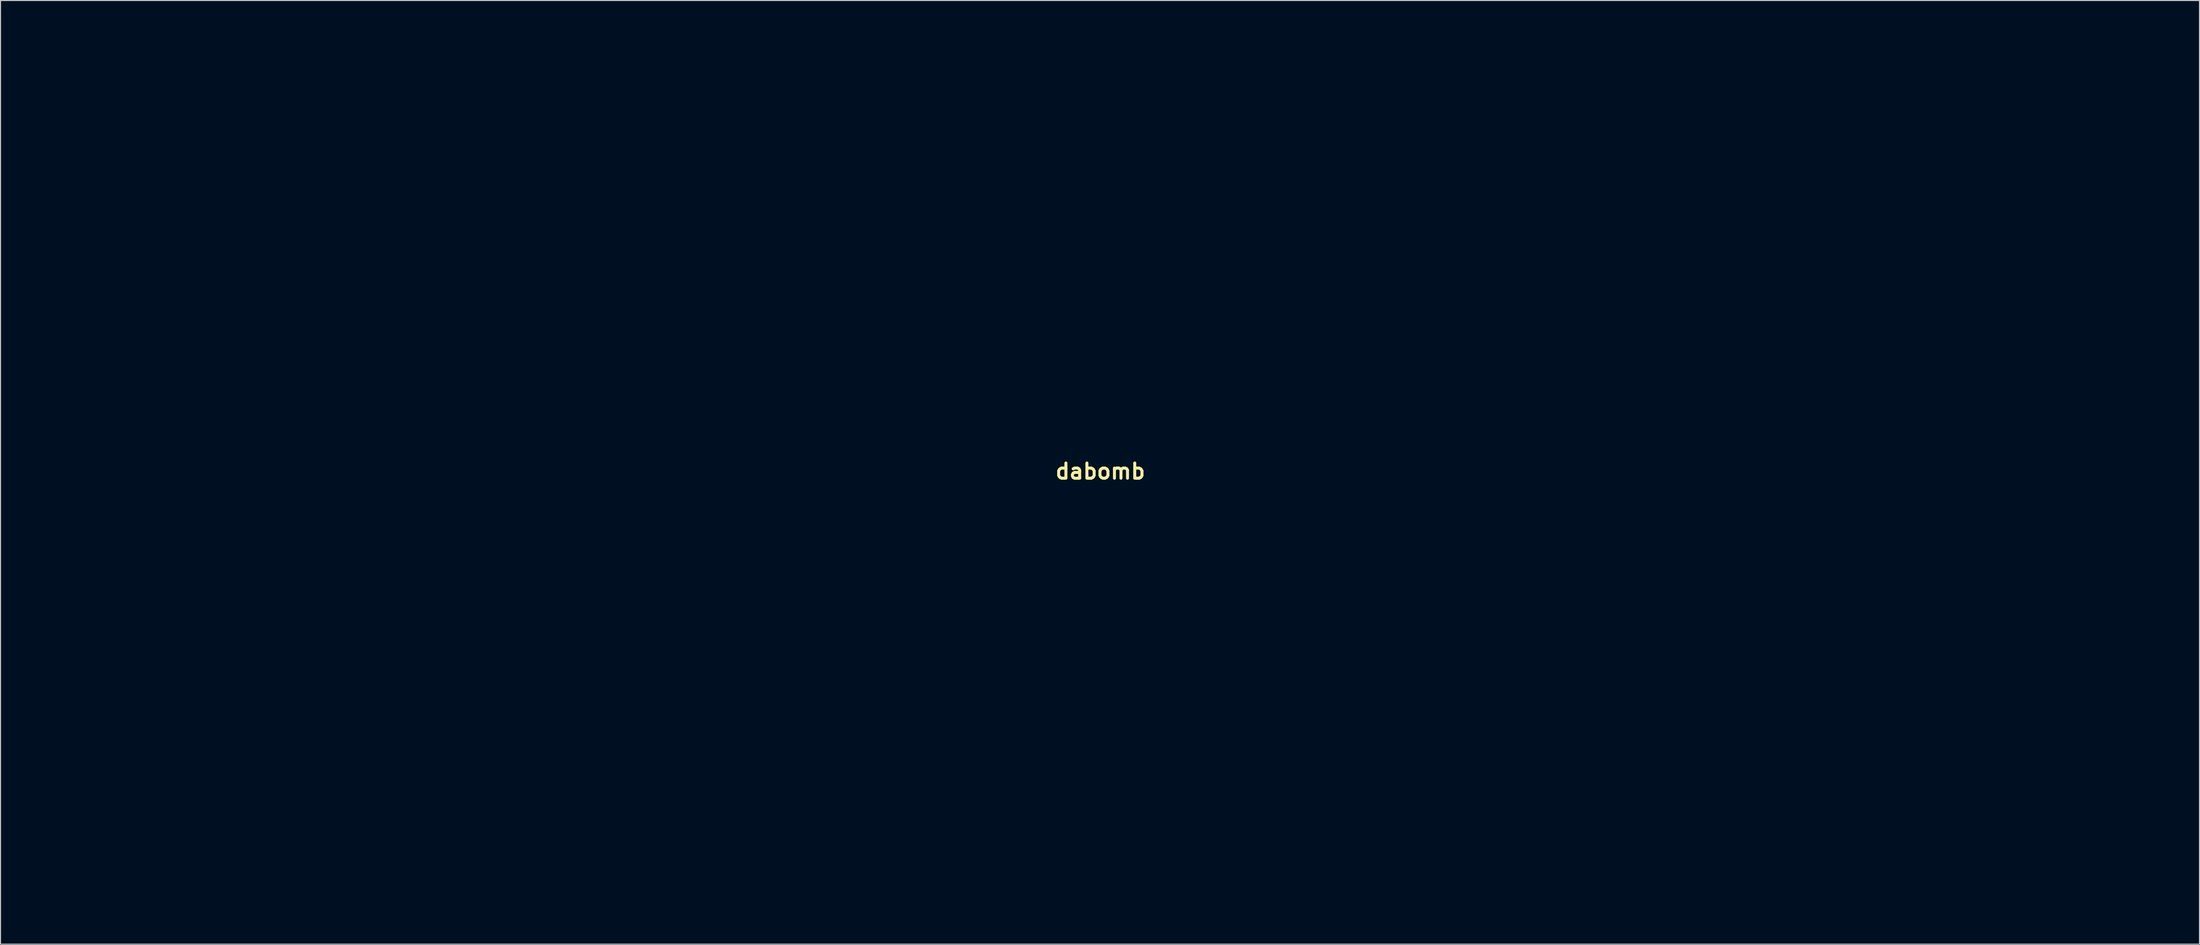
<source format=kicad_pcb>
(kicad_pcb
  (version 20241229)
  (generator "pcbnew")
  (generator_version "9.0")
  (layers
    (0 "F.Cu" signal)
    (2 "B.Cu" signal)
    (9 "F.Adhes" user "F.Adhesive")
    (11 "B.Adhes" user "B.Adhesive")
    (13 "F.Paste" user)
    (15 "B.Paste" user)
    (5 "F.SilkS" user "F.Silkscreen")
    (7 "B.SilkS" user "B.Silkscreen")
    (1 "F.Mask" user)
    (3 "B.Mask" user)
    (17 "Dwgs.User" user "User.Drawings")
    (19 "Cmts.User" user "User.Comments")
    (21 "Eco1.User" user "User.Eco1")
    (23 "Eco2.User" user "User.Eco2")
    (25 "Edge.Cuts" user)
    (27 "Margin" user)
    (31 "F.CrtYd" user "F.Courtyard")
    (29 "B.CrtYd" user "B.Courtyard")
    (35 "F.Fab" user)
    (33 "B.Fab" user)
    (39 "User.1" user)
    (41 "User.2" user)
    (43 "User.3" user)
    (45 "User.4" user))
  (footprint "dabomb"
    (layer "F.Cu")
    (at 107.142 44.184)
    (property "Reference" "dabomb" (at 0 0 0) (layer "F.SilkS") (effects (font (size 1.524 1.524) (thickness 0.3))))
    (attr through_hole)
    (fp_poly (pts (xy -97.076 -44.176) (xy -96.06 -44.175) (xy -95.018 -44.175) (xy -93.955 -44.174) (xy -92.872 -44.173) (xy -91.773 -44.172) (xy -90.66 -44.171) (xy -89.536 -44.169) (xy -88.404 -44.168) (xy -87.267 -44.166) (xy -86.127 -44.165) (xy -84.988 -44.163) (xy -83.852 -44.161) (xy -82.723 -44.159) (xy -81.602 -44.156) (xy -80.493 -44.154) (xy -79.399 -44.152) (xy -78.322 -44.149) (xy -77.265 -44.147) (xy -76.232 -44.144) (xy -75.224 -44.142) (xy -74.245 -44.139) (xy -73.298 -44.137) (xy -72.385 -44.134) (xy -71.51 -44.131) (xy -70.674 -44.128) (xy -69.882 -44.126) (xy -69.135 -44.123) (xy -68.436 -44.12) (xy -67.79 -44.118) (xy -67.197 -44.115) (xy -66.661 -44.112) (xy -66.186 -44.11) (xy -65.773 -44.107) (xy -65.425 -44.104) (xy -65.146 -44.102) (xy -64.939 -44.1) (xy -64.805 -44.097) (xy -64.748 -44.095) (xy -64.746 -44.095) (xy -64.73 -44.048) (xy -64.704 -43.942) (xy -64.673 -43.796) (xy -64.661 -43.735) (xy -64.585 -43.433) (xy -64.474 -43.178) (xy -64.313 -42.944) (xy -64.136 -42.748) (xy -63.885 -42.525) (xy -63.635 -42.359) (xy -63.398 -42.256) (xy -63.279 -42.23) (xy -63.128 -42.19) (xy -62.974 -42.123) (xy -62.938 -42.102) (xy -62.79 -42) (xy -62.602 -41.858) (xy -62.371 -41.675) (xy -62.096 -41.449) (xy -61.777 -41.179) (xy -61.412 -40.865) (xy -60.999 -40.505) (xy -60.539 -40.099) (xy -60.028 -39.644) (xy -59.467 -39.14) (xy -58.853 -38.586) (xy -58.186 -37.981) (xy -57.465 -37.324) (xy -56.687 -36.613) (xy -56.057 -36.035) (xy -55.434 -35.464) (xy -54.805 -34.886) (xy -54.171 -34.304) (xy -53.537 -33.722) (xy -52.906 -33.143) (xy -52.281 -32.569) (xy -51.666 -32.004) (xy -51.063 -31.45) (xy -50.476 -30.911) (xy -49.909 -30.39) (xy -49.364 -29.889) (xy -48.846 -29.412) (xy -48.357 -28.962) (xy -47.9 -28.543) (xy -47.479 -28.156) (xy -47.098 -27.804) (xy -46.759 -27.493) (xy -46.466 -27.223) (xy -46.222 -26.998) (xy -46.03 -26.821) (xy -45.895 -26.696) (xy -45.684 -26.502) (xy -45.492 -26.327) (xy -45.326 -26.178) (xy -45.194 -26.063) (xy -45.105 -25.989) (xy -45.066 -25.962) (xy -45.066 -25.962) (xy -45.022 -25.975) (xy -44.909 -26.011) (xy -44.738 -26.069) (xy -44.515 -26.145) (xy -44.249 -26.237) (xy -43.948 -26.341) (xy -43.62 -26.455) (xy -43.471 -26.508) (xy -41.844 -27.073) (xy -40.19 -27.642) (xy -38.513 -28.211) (xy -36.82 -28.779) (xy -35.117 -29.344) (xy -33.41 -29.904) (xy -31.704 -30.458) (xy -30.005 -31.002) (xy -28.32 -31.537) (xy -26.655 -32.059) (xy -25.015 -32.567) (xy -23.406 -33.058) (xy -21.835 -33.532) (xy -20.307 -33.986) (xy -18.828 -34.418) (xy -17.405 -34.826) (xy -16.043 -35.209) (xy -14.748 -35.565) (xy -14.445 -35.647) (xy -12.528 -36.157) (xy -10.615 -36.655) (xy -8.713 -37.14) (xy -6.828 -37.609) (xy -4.967 -38.061) (xy -3.136 -38.496) (xy -1.342 -38.91) (xy 0.408 -39.303) (xy 2.109 -39.673) (xy 3.753 -40.018) (xy 5.334 -40.338) (xy 6.601 -40.584) (xy 8.402 -40.916) (xy 10.207 -41.229) (xy 12.006 -41.522) (xy 13.792 -41.793) (xy 15.557 -42.042) (xy 17.293 -42.267) (xy 18.993 -42.468) (xy 20.648 -42.644) (xy 22.251 -42.793) (xy 23.794 -42.914) (xy 25.019 -42.993) (xy 25.495 -43.02) (xy 25.935 -43.044) (xy 26.349 -43.065) (xy 26.745 -43.083) (xy 27.129 -43.098) (xy 27.511 -43.112) (xy 27.899 -43.123) (xy 28.301 -43.132) (xy 28.724 -43.139) (xy 29.178 -43.145) (xy 29.67 -43.149) (xy 30.208 -43.152) (xy 30.801 -43.154) (xy 31.457 -43.155) (xy 32.183 -43.156) (xy 32.302 -43.156) (xy 33.027 -43.155) (xy 33.681 -43.154) (xy 34.272 -43.153) (xy 34.81 -43.15) (xy 35.304 -43.146) (xy 35.762 -43.141) (xy 36.193 -43.134) (xy 36.606 -43.126) (xy 37.01 -43.115) (xy 37.414 -43.102) (xy 37.828 -43.088) (xy 38.259 -43.07) (xy 38.716 -43.05) (xy 39.21 -43.027) (xy 39.748 -43.001) (xy 39.906 -42.993) (xy 42.23 -42.861) (xy 44.542 -42.695) (xy 46.832 -42.498) (xy 49.088 -42.268) (xy 51.3 -42.009) (xy 53.459 -41.721) (xy 55.554 -41.404) (xy 55.761 -41.37) (xy 56.323 -41.277) (xy 56.935 -41.17) (xy 57.586 -41.052) (xy 58.266 -40.926) (xy 58.961 -40.793) (xy 59.663 -40.656) (xy 60.358 -40.518) (xy 61.036 -40.379) (xy 61.685 -40.243) (xy 62.294 -40.112) (xy 62.852 -39.989) (xy 63.348 -39.874) (xy 63.555 -39.824) (xy 63.857 -39.751) (xy 64.092 -39.698) (xy 64.273 -39.664) (xy 64.409 -39.652) (xy 64.513 -39.66) (xy 64.595 -39.69) (xy 64.667 -39.742) (xy 64.741 -39.818) (xy 64.799 -39.884) (xy 64.933 -40.026) (xy 65.042 -40.11) (xy 65.141 -40.148) (xy 65.143 -40.149) (xy 65.337 -40.156) (xy 65.519 -40.099) (xy 65.696 -39.973) (xy 65.875 -39.774) (xy 65.967 -39.648) (xy 66.061 -39.517) (xy 66.154 -39.401) (xy 66.215 -39.336) (xy 66.326 -39.255) (xy 66.492 -39.168) (xy 66.72 -39.073) (xy 67.013 -38.967) (xy 67.377 -38.85) (xy 67.593 -38.784) (xy 68.607 -38.475) (xy 69.648 -38.146) (xy 70.704 -37.801) (xy 71.763 -37.445) (xy 72.814 -37.081) (xy 73.845 -36.715) (xy 74.843 -36.349) (xy 75.797 -35.988) (xy 76.695 -35.637) (xy 77.424 -35.341) (xy 77.852 -35.165) (xy 78.214 -35.019) (xy 78.518 -34.903) (xy 78.77 -34.812) (xy 78.978 -34.747) (xy 79.149 -34.704) (xy 79.291 -34.682) (xy 79.411 -34.68) (xy 79.516 -34.694) (xy 79.614 -34.723) (xy 79.674 -34.747) (xy 79.948 -34.839) (xy 80.19 -34.858) (xy 80.399 -34.805) (xy 80.572 -34.68) (xy 80.708 -34.484) (xy 80.791 -34.268) (xy 80.842 -34.118) (xy 80.901 -33.98) (xy 80.932 -33.921) (xy 81.028 -33.806) (xy 81.19 -33.671) (xy 81.421 -33.513) (xy 81.722 -33.332) (xy 82.097 -33.126) (xy 82.119 -33.114) (xy 82.371 -32.98) (xy 82.664 -32.824) (xy 82.969 -32.662) (xy 83.257 -32.509) (xy 83.383 -32.442) (xy 85.051 -31.513) (xy 86.704 -30.508) (xy 88.334 -29.433) (xy 89.935 -28.292) (xy 91.501 -27.089) (xy 93.024 -25.829) (xy 93.113 -25.752) (xy 93.331 -25.563) (xy 93.593 -25.333) (xy 93.884 -25.076) (xy 94.19 -24.804) (xy 94.495 -24.531) (xy 94.785 -24.27) (xy 94.855 -24.207) (xy 95.874 -23.284) (xy 96.721 -23.261) (xy 97.119 -23.246) (xy 97.443 -23.225) (xy 97.698 -23.195) (xy 97.889 -23.158) (xy 98.022 -23.112) (xy 98.098 -23.061) (xy 98.149 -22.987) (xy 98.191 -22.872) (xy 98.225 -22.709) (xy 98.252 -22.492) (xy 98.273 -22.212) (xy 98.289 -21.865) (xy 98.298 -21.555) (xy 98.321 -20.579) (xy 99.067 -19.629) (xy 99.92 -18.514) (xy 100.708 -17.428) (xy 101.437 -16.359) (xy 102.112 -15.298) (xy 102.739 -14.237) (xy 103.323 -13.165) (xy 103.872 -12.074) (xy 104.389 -10.955) (xy 104.736 -10.143) (xy 105.069 -9.307) (xy 105.385 -8.457) (xy 105.681 -7.602) (xy 105.955 -6.751) (xy 106.204 -5.913) (xy 106.425 -5.097) (xy 106.615 -4.313) (xy 106.772 -3.571) (xy 106.893 -2.878) (xy 106.975 -2.247) (xy 107.028 -1.599) (xy 107.061 -0.899) (xy 107.073 -0.167) (xy 107.066 0.581) (xy 107.04 1.327) (xy 106.995 2.055) (xy 106.933 2.746) (xy 106.852 3.383) (xy 106.813 3.631) (xy 106.72 4.12) (xy 106.597 4.67) (xy 106.447 5.268) (xy 106.274 5.901) (xy 106.082 6.559) (xy 105.873 7.227) (xy 105.652 7.895) (xy 105.421 8.55) (xy 105.206 9.129) (xy 104.52 10.805) (xy 103.77 12.435) (xy 102.953 14.02) (xy 102.069 15.562) (xy 101.117 17.063) (xy 100.095 18.525) (xy 99.137 19.782) (xy 98.907 20.075) (xy 98.724 20.321) (xy 98.583 20.533) (xy 98.478 20.724) (xy 98.404 20.908) (xy 98.355 21.099) (xy 98.326 21.31) (xy 98.313 21.555) (xy 98.309 21.847) (xy 98.309 21.887) (xy 98.302 22.3) (xy 98.284 22.635) (xy 98.252 22.895) (xy 98.208 23.082) (xy 98.156 23.193) (xy 98.095 23.267) (xy 98.025 23.325) (xy 97.935 23.37) (xy 97.815 23.403) (xy 97.653 23.428) (xy 97.441 23.446) (xy 97.166 23.46) (xy 96.915 23.47) (xy 96.618 23.48) (xy 96.39 23.491) (xy 96.217 23.503) (xy 96.088 23.517) (xy 95.991 23.535) (xy 95.913 23.559) (xy 95.86 23.581) (xy 95.749 23.649) (xy 95.589 23.775) (xy 95.381 23.956) (xy 95.129 24.192) (xy 95.057 24.261) (xy 94.615 24.676) (xy 94.115 25.128) (xy 93.566 25.609) (xy 92.976 26.111) (xy 92.355 26.627) (xy 91.711 27.149) (xy 91.054 27.671) (xy 90.392 28.183) (xy 90.244 28.296) (xy 89.431 28.896) (xy 88.554 29.513) (xy 87.624 30.138) (xy 86.653 30.762) (xy 85.655 31.38) (xy 84.639 31.982) (xy 83.62 32.561) (xy 83.403 32.681) (xy 83.003 32.901) (xy 82.667 33.087) (xy 82.386 33.242) (xy 82.155 33.372) (xy 81.965 33.479) (xy 81.81 33.569) (xy 81.683 33.644) (xy 81.575 33.71) (xy 81.481 33.77) (xy 81.436 33.799) (xy 81.252 33.929) (xy 81.095 34.058) (xy 80.976 34.174) (xy 80.907 34.266) (xy 80.894 34.306) (xy 80.87 34.412) (xy 80.806 34.554) (xy 80.716 34.706) (xy 80.615 34.845) (xy 80.548 34.918) (xy 80.424 35.02) (xy 80.29 35.106) (xy 80.236 35.132) (xy 80.044 35.171) (xy 79.847 35.13) (xy 79.647 35.011) (xy 79.571 34.946) (xy 79.438 34.842) (xy 79.326 34.792) (xy 79.3 34.79) (xy 79.234 34.806) (xy 79.107 34.852) (xy 78.934 34.922) (xy 78.727 35.011) (xy 78.498 35.114) (xy 78.462 35.131) (xy 77.975 35.349) (xy 77.42 35.586) (xy 76.804 35.838) (xy 76.136 36.102) (xy 75.424 36.377) (xy 74.676 36.657) (xy 73.901 36.942) (xy 73.107 37.226) (xy 72.302 37.509) (xy 71.495 37.786) (xy 70.695 38.054) (xy 69.909 38.311) (xy 69.145 38.553) (xy 68.413 38.779) (xy 67.72 38.983) (xy 67.673 38.997) (xy 67.398 39.077) (xy 67.141 39.153) (xy 66.914 39.222) (xy 66.729 39.28) (xy 66.6 39.323) (xy 66.55 39.341) (xy 66.379 39.435) (xy 66.233 39.568) (xy 66.099 39.756) (xy 66.019 39.897) (xy 65.875 40.12) (xy 65.713 40.268) (xy 65.525 40.348) (xy 65.35 40.367) (xy 65.133 40.338) (xy 64.951 40.245) (xy 64.844 40.146) (xy 64.666 40.001) (xy 64.469 39.933) (xy 64.375 39.926) (xy 64.3 39.934) (xy 64.158 39.959) (xy 63.957 39.997) (xy 63.709 40.047) (xy 63.424 40.106) (xy 63.112 40.173) (xy 62.858 40.229) (xy 60.55 40.721) (xy 58.266 41.167) (xy 55.997 41.568) (xy 53.729 41.925) (xy 51.451 42.241) (xy 49.153 42.516) (xy 46.823 42.752) (xy 44.45 42.951) (xy 42.022 43.113) (xy 40.548 43.194) (xy 38.369 43.291) (xy 36.259 43.361) (xy 34.21 43.403) (xy 32.217 43.418) (xy 30.273 43.405) (xy 28.37 43.364) (xy 26.502 43.296) (xy 24.662 43.199) (xy 22.844 43.074) (xy 21.04 42.922) (xy 20.946 42.913) (xy 19.358 42.755) (xy 17.762 42.577) (xy 16.15 42.378) (xy 14.519 42.157) (xy 12.862 41.914) (xy 11.173 41.646) (xy 9.447 41.355) (xy 7.679 41.037) (xy 5.863 40.693) (xy 3.994 40.322) (xy 2.065 39.922) (xy 0.071 39.494) (xy -1.344 39.18) (xy -2.861 38.834) (xy -4.444 38.461) (xy -6.084 38.063) (xy -7.771 37.643) (xy -9.498 37.202) (xy -11.254 36.744) (xy -13.032 36.272) (xy -14.822 35.786) (xy -16.615 35.291) (xy -18.402 34.788) (xy -20.175 34.279) (xy -21.925 33.768) (xy -23.642 33.257) (xy -25.318 32.748) (xy -26.944 32.243) (xy -28.511 31.745) (xy -29.332 31.48) (xy -30.901 30.967) (xy -32.394 30.478) (xy -33.811 30.012) (xy -35.154 29.568) (xy -36.423 29.146) (xy -37.619 28.746) (xy -38.742 28.368) (xy -39.794 28.012) (xy -40.776 27.677) (xy -41.687 27.363) (xy -42.528 27.07) (xy -43.256 26.813) (xy -43.599 26.691) (xy -43.922 26.576) (xy -44.216 26.472) (xy -44.472 26.38) (xy -44.682 26.305) (xy -44.838 26.249) (xy -44.93 26.215) (xy -44.949 26.208) (xy -44.958 26.202) (xy -44.964 26.194) (xy -44.969 26.185) (xy -44.974 26.178) (xy -44.982 26.175) (xy -44.995 26.177) (xy -45.015 26.187) (xy -45.044 26.205) (xy -45.084 26.235) (xy -45.138 26.277) (xy -45.206 26.334) (xy -45.292 26.408) (xy -45.398 26.5) (xy -45.525 26.613) (xy -45.675 26.747) (xy -45.852 26.906) (xy -46.056 27.091) (xy -46.289 27.304) (xy -46.555 27.546) (xy -46.854 27.82) (xy -47.19 28.127) (xy -47.564 28.47) (xy -47.977 28.849) (xy -48.433 29.268) (xy -48.934 29.728) (xy -49.48 30.23) (xy -50.076 30.778) (xy -50.721 31.371) (xy -51.42 32.013) (xy -52.172 32.706) (xy -52.982 33.45) (xy -53.105 33.563) (xy -54.009 34.394) (xy -54.857 35.172) (xy -55.649 35.899) (xy -56.389 36.577) (xy -57.078 37.207) (xy -57.718 37.791) (xy -58.312 38.332) (xy -58.86 38.83) (xy -59.365 39.287) (xy -59.829 39.706) (xy -60.255 40.088) (xy -60.643 40.434) (xy -60.997 40.747) (xy -61.317 41.028) (xy -61.606 41.28) (xy -61.866 41.503) (xy -62.099 41.7) (xy -62.307 41.872) (xy -62.492 42.021) (xy -62.656 42.15) (xy -62.8 42.259) (xy -62.927 42.35) (xy -63.039 42.426) (xy -63.043 42.428) (xy -63.143 42.473) (xy -63.284 42.515) (xy -63.379 42.534) (xy -63.645 42.614) (xy -63.905 42.77) (xy -64.164 43.003) (xy -64.204 43.045) (xy -64.389 43.269) (xy -64.515 43.479) (xy -64.592 43.697) (xy -64.63 43.949) (xy -64.636 44.029) (xy -64.653 44.38) (xy -107.137 44.38) (xy -107.137 -44.179) (xy -97.076 -44.176)) (stroke (width 0.01) (type solid)) (fill no) (layer "Eco1.User")))
  (gr_rect
    (start -3 -3)
    (end 217.221 91.569)
    (stroke (width 0.1) (type default))
    (fill no)
    (layer "Edge.Cuts")))
</source>
